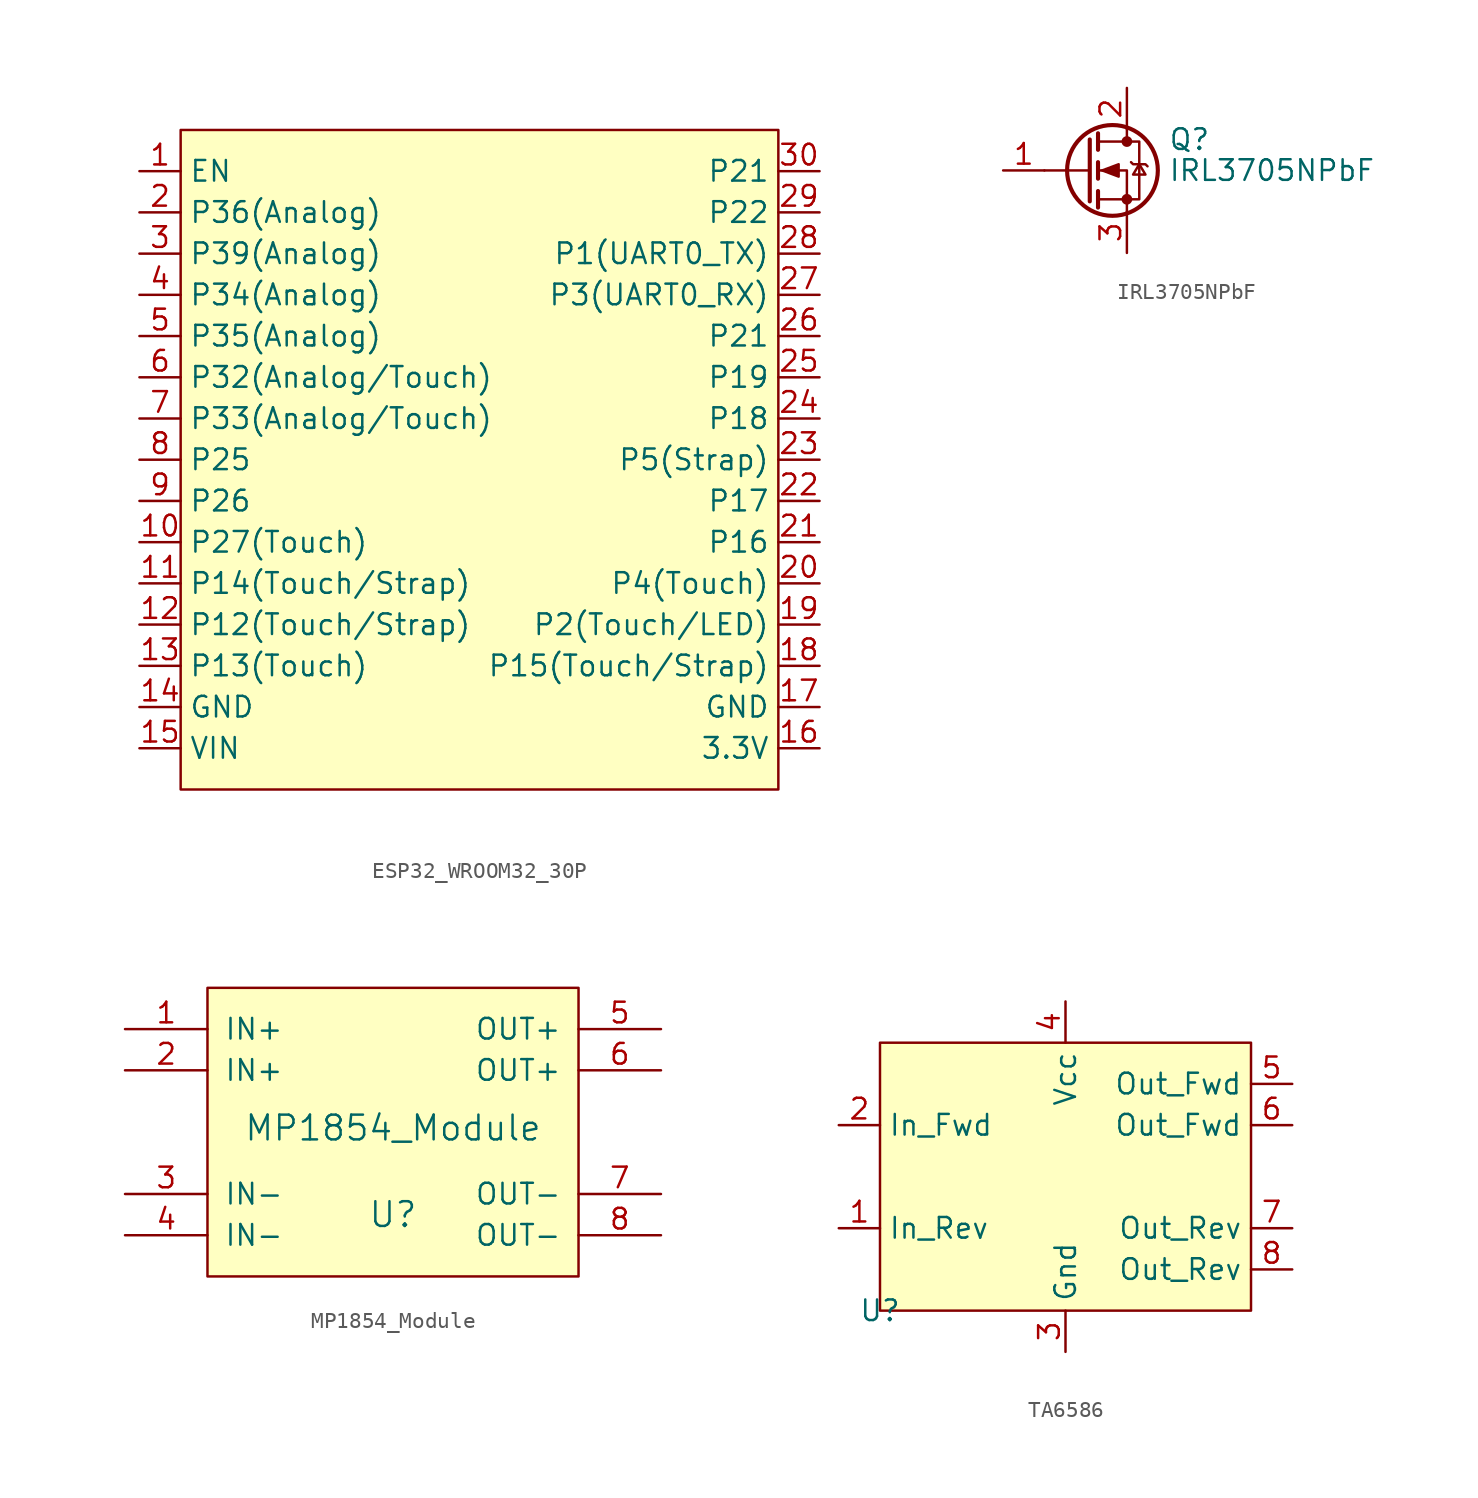
<source format=kicad_sym>
(kicad_symbol_lib
  (version 20241209)
  (generator "kicad_symbol_editor")
  (generator_version "9.0")
  (symbol "ESP32_WROOM32_30P"
    (property "Reference" "ESP32"
      (at -2.54 -2.54 0)
      (effects (font (size 1.27 1.27)) (hide yes)))
    (property "Value" ""
      (at -5.08 -3.81 0)
      (effects (font (size 1.27 1.27))))
    (symbol "ESP32_WROOM32_30P_1_1"
      (rectangle (start -20.32 20.32) (end 16.51 -20.32) (stroke (width 0) (type default)) (fill (type background)))
      (pin input line (at -22.86 17.78 0) (length 2.54) (name "EN" (effects (font (size 1.27 1.27)))) (number "1" (effects (font (size 1.27 1.27)))))
      (pin input line (at -22.86 15.24 0) (length 2.54) (name "P36(Analog)" (effects (font (size 1.27 1.27)))) (number "2" (effects (font (size 1.27 1.27)))))
      (pin input line (at -22.86 12.7 0) (length 2.54) (name "P39(Analog)" (effects (font (size 1.27 1.27)))) (number "3" (effects (font (size 1.27 1.27)))))
      (pin input line (at -22.86 10.16 0) (length 2.54) (name "P34(Analog)" (effects (font (size 1.27 1.27)))) (number "4" (effects (font (size 1.27 1.27)))))
      (pin input line (at -22.86 7.62 0) (length 2.54) (name "P35(Analog)" (effects (font (size 1.27 1.27)))) (number "5" (effects (font (size 1.27 1.27)))))
      (pin bidirectional line (at -22.86 5.08 0) (length 2.54) (name "P32(Analog/Touch)" (effects (font (size 1.27 1.27)))) (number "6" (effects (font (size 1.27 1.27)))))
      (pin bidirectional line (at -22.86 2.54 0) (length 2.54) (name "P33(Analog/Touch)" (effects (font (size 1.27 1.27)))) (number "7" (effects (font (size 1.27 1.27)))))
      (pin bidirectional line (at -22.86 0 0) (length 2.54) (name "P25" (effects (font (size 1.27 1.27)))) (number "8" (effects (font (size 1.27 1.27)))))
      (pin bidirectional line (at -22.86 -2.54 0) (length 2.54) (name "P26" (effects (font (size 1.27 1.27)))) (number "9" (effects (font (size 1.27 1.27)))))
      (pin bidirectional line (at -22.86 -5.08 0) (length 2.54) (name "P27(Touch)" (effects (font (size 1.27 1.27)))) (number "10" (effects (font (size 1.27 1.27)))))
      (pin bidirectional line (at -22.86 -7.62 0) (length 2.54) (name "P14(Touch/Strap)" (effects (font (size 1.27 1.27)))) (number "11" (effects (font (size 1.27 1.27)))))
      (pin bidirectional line (at -22.86 -10.16 0) (length 2.54) (name "P12(Touch/Strap)" (effects (font (size 1.27 1.27)))) (number "12" (effects (font (size 1.27 1.27)))))
      (pin bidirectional line (at -22.86 -12.7 0) (length 2.54) (name "P13(Touch)" (effects (font (size 1.27 1.27)))) (number "13" (effects (font (size 1.27 1.27)))))
      (pin power_in line (at -22.86 -15.24 0) (length 2.54) (name "GND" (effects (font (size 1.27 1.27)))) (number "14" (effects (font (size 1.27 1.27)))))
      (pin power_in line (at -22.86 -17.78 0) (length 2.54) (name "VIN" (effects (font (size 1.27 1.27)))) (number "15" (effects (font (size 1.27 1.27)))))
      (pin bidirectional line (at 19.05 17.78 180) (length 2.54) (name "P21" (effects (font (size 1.27 1.27)))) (number "30" (effects (font (size 1.27 1.27)))))
      (pin bidirectional line (at 19.05 15.24 180) (length 2.54) (name "P22" (effects (font (size 1.27 1.27)))) (number "29" (effects (font (size 1.27 1.27)))))
      (pin bidirectional line (at 19.05 12.7 180) (length 2.54) (name "P1(UART0_TX)" (effects (font (size 1.27 1.27)))) (number "28" (effects (font (size 1.27 1.27)))))
      (pin bidirectional line (at 19.05 10.16 180) (length 2.54) (name "P3(UART0_RX)" (effects (font (size 1.27 1.27)))) (number "27" (effects (font (size 1.27 1.27)))))
      (pin bidirectional line (at 19.05 7.62 180) (length 2.54) (name "P21" (effects (font (size 1.27 1.27)))) (number "26" (effects (font (size 1.27 1.27)))))
      (pin bidirectional line (at 19.05 5.08 180) (length 2.54) (name "P19" (effects (font (size 1.27 1.27)))) (number "25" (effects (font (size 1.27 1.27)))))
      (pin bidirectional line (at 19.05 2.54 180) (length 2.54) (name "P18" (effects (font (size 1.27 1.27)))) (number "24" (effects (font (size 1.27 1.27)))))
      (pin bidirectional line (at 19.05 0 180) (length 2.54) (name "P5(Strap)" (effects (font (size 1.27 1.27)))) (number "23" (effects (font (size 1.27 1.27)))))
      (pin bidirectional line (at 19.05 -2.54 180) (length 2.54) (name "P17" (effects (font (size 1.27 1.27)))) (number "22" (effects (font (size 1.27 1.27)))))
      (pin bidirectional line (at 19.05 -5.08 180) (length 2.54) (name "P16" (effects (font (size 1.27 1.27)))) (number "21" (effects (font (size 1.27 1.27)))))
      (pin bidirectional line (at 19.05 -7.62 180) (length 2.54) (name "P4(Touch)" (effects (font (size 1.27 1.27)))) (number "20" (effects (font (size 1.27 1.27)))))
      (pin bidirectional line (at 19.05 -10.16 180) (length 2.54) (name "P2(Touch/LED)" (effects (font (size 1.27 1.27)))) (number "19" (effects (font (size 1.27 1.27)))))
      (pin bidirectional line (at 19.05 -12.7 180) (length 2.54) (name "P15(Touch/Strap)" (effects (font (size 1.27 1.27)))) (number "18" (effects (font (size 1.27 1.27)))))
      (pin power_out line (at 19.05 -15.24 180) (length 2.54) (name "GND" (effects (font (size 1.27 1.27)))) (number "17" (effects (font (size 1.27 1.27)))))
      (pin power_out line (at 19.05 -17.78 180) (length 2.54) (name "3.3V" (effects (font (size 1.27 1.27)))) (number "16" (effects (font (size 1.27 1.27)))))))
  (symbol "IRL3705NPbF"
    (pin_names
      (hide yes))
    (property "Reference" "Q"
      (at 5.08 1.905 0)
      (effects (font (size 1.27 1.27)) (justify left)))
    (property "Value" "IRL3705NPbF"
      (at 5.08 0 0)
      (effects (font (size 1.27 1.27)) (justify left)))
    (symbol "IRL3705NPbF_0_1"
      (polyline (pts (xy 0.254 1.905) (xy 0.254 -1.905)) (stroke (width 0.254) (type default)) (fill (type none)))
      (polyline (pts (xy 0.254 0) (xy -2.54 0)) (stroke (width 0) (type default)) (fill (type none)))
      (polyline (pts (xy 0.762 2.286) (xy 0.762 1.27)) (stroke (width 0.254) (type default)) (fill (type none)))
      (polyline (pts (xy 0.762 0.508) (xy 0.762 -0.508)) (stroke (width 0.254) (type default)) (fill (type none)))
      (polyline (pts (xy 0.762 -1.27) (xy 0.762 -2.286)) (stroke (width 0.254) (type default)) (fill (type none)))
      (polyline (pts (xy 0.762 -1.778) (xy 3.302 -1.778) (xy 3.302 1.778) (xy 0.762 1.778)) (stroke (width 0) (type default)) (fill (type none)))
      (polyline (pts (xy 1.016 0) (xy 2.032 0.381) (xy 2.032 -0.381) (xy 1.016 0)) (stroke (width 0) (type default)) (fill (type outline)))
      (circle (center 1.651 0) (radius 2.794) (stroke (width 0.254) (type default)) (fill (type none)))
      (polyline (pts (xy 2.54 2.54) (xy 2.54 1.778)) (stroke (width 0) (type default)) (fill (type none)))
      (circle (center 2.54 1.778) (radius 0.254) (stroke (width 0) (type default)) (fill (type outline)))
      (circle (center 2.54 -1.778) (radius 0.254) (stroke (width 0) (type default)) (fill (type outline)))
      (polyline (pts (xy 2.54 -2.54) (xy 2.54 0) (xy 0.762 0)) (stroke (width 0) (type default)) (fill (type none)))
      (polyline (pts (xy 2.794 0.508) (xy 2.921 0.381) (xy 3.683 0.381) (xy 3.81 0.254)) (stroke (width 0) (type default)) (fill (type none)))
      (polyline (pts (xy 3.302 0.381) (xy 2.921 -0.254) (xy 3.683 -0.254) (xy 3.302 0.381)) (stroke (width 0) (type default)) (fill (type none))))
    (symbol "IRL3705NPbF_1_1"
      (pin input line (at -5.08 0 0) (length 2.54) (name "G" (effects (font (size 1.27 1.27)))) (number "1" (effects (font (size 1.27 1.27)))))
      (pin passive line (at 2.54 5.08 270) (length 2.54) (name "D" (effects (font (size 1.27 1.27)))) (number "2" (effects (font (size 1.27 1.27)))))
      (pin passive line (at 2.54 -5.08 90) (length 2.54) (name "S" (effects (font (size 1.27 1.27)))) (number "3" (effects (font (size 1.27 1.27)))))))
  (symbol "MP1854_Module"
    (pin_names
      (offset 1.016))
    (property "Reference" "U"
      (at 0 -5.08 0)
      (effects (font (size 1.524 1.524))))
    (property "Value" "MP1854_Module"
      (at 0 0.254 0)
      (effects (font (size 1.524 1.524))))
    (symbol "MP1854_Module_0_1"
      (rectangle (start -11.43 8.89) (end 11.43 -8.89) (stroke (width 0) (type solid)) (fill (type background))))
    (symbol "MP1854_Module_1_1"
      (pin power_in line (at -16.51 6.35 0) (length 5.08) (name "IN+" (effects (font (size 1.27 1.27)))) (number "1" (effects (font (size 1.27 1.27)))))
      (pin power_in line (at -16.51 3.81 0) (length 5.08) (name "IN+" (effects (font (size 1.27 1.27)))) (number "2" (effects (font (size 1.27 1.27)))))
      (pin power_in line (at -16.51 -3.81 0) (length 5.08) (name "IN-" (effects (font (size 1.27 1.27)))) (number "3" (effects (font (size 1.27 1.27)))))
      (pin power_in line (at -16.51 -6.35 0) (length 5.08) (name "IN-" (effects (font (size 1.27 1.27)))) (number "4" (effects (font (size 1.27 1.27)))))
      (pin power_out line (at 16.51 6.35 180) (length 5.08) (name "OUT+" (effects (font (size 1.27 1.27)))) (number "5" (effects (font (size 1.27 1.27)))))
      (pin power_out line (at 16.51 3.81 180) (length 5.08) (name "OUT+" (effects (font (size 1.27 1.27)))) (number "6" (effects (font (size 1.27 1.27)))))
      (pin power_out line (at 16.51 -3.81 180) (length 5.08) (name "OUT-" (effects (font (size 1.27 1.27)))) (number "7" (effects (font (size 1.27 1.27)))))
      (pin power_out line (at 16.51 -6.35 180) (length 5.08) (name "OUT-" (effects (font (size 1.27 1.27)))) (number "8" (effects (font (size 1.27 1.27)))))))
  (symbol "TA6586"
    (property "Reference" "U"
      (at 0 0 0)
      (effects (font (size 1.27 1.27))))
    (property "Value" ""
      (at 0 0 0)
      (effects (font (size 1.27 1.27))))
    (symbol "TA6586_1_1"
      (rectangle (start 0 16.51) (end 22.86 0) (stroke (width 0) (type solid)) (fill (type background)))
      (pin input line (at -2.54 11.43 0) (length 2.54) (name "In_Fwd" (effects (font (size 1.27 1.27)))) (number "2" (effects (font (size 1.27 1.27)))))
      (pin input line (at -2.54 5.08 0) (length 2.54) (name "In_Rev" (effects (font (size 1.27 1.27)))) (number "1" (effects (font (size 1.27 1.27)))))
      (pin power_in line (at 11.43 19.05 270) (length 2.54) (name "Vcc" (effects (font (size 1.27 1.27)))) (number "4" (effects (font (size 1.27 1.27)))))
      (pin power_in line (at 11.43 -2.54 90) (length 2.54) (name "Gnd" (effects (font (size 1.27 1.27)))) (number "3" (effects (font (size 1.27 1.27)))))
      (pin power_in line (at 25.4 13.97 180) (length 2.54) (name "Out_Fwd" (effects (font (size 1.27 1.27)))) (number "5" (effects (font (size 1.27 1.27)))))
      (pin power_in line (at 25.4 11.43 180) (length 2.54) (name "Out_Fwd" (effects (font (size 1.27 1.27)))) (number "6" (effects (font (size 1.27 1.27)))))
      (pin power_in line (at 25.4 5.08 180) (length 2.54) (name "Out_Rev" (effects (font (size 1.27 1.27)))) (number "7" (effects (font (size 1.27 1.27)))))
      (pin power_in line (at 25.4 2.54 180) (length 2.54) (name "Out_Rev" (effects (font (size 1.27 1.27)))) (number "8" (effects (font (size 1.27 1.27))))))))
</source>
